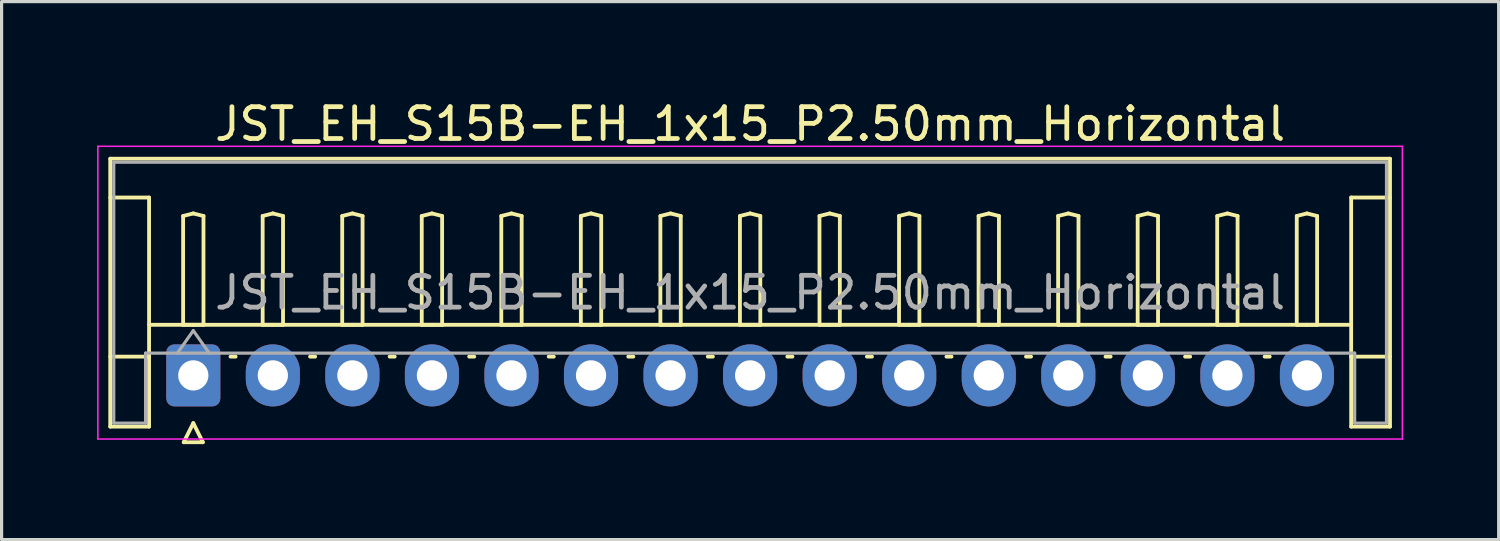
<source format=kicad_pcb>
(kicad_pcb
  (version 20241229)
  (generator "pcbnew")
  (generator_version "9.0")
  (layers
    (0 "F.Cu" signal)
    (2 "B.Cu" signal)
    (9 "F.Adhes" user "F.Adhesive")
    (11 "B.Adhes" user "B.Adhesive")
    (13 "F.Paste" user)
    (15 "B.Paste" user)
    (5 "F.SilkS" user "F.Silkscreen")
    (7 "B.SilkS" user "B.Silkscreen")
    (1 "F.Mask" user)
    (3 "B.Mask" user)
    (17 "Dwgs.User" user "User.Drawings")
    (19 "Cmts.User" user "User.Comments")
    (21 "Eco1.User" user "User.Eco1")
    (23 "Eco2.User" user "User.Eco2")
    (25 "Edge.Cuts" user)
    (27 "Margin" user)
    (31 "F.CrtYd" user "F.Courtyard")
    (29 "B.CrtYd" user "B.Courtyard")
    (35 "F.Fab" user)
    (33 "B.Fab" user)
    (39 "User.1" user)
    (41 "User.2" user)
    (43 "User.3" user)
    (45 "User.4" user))
  (footprint "JST_EH_S15B-EH_1x15_P2.50mm_Horizontal"
    (layer "F.Cu")
    (at 3.025 8.748)
    (property "Reference" "JST_EH_S15B-EH_1x15_P2.50mm_Horizontal" (at 17.5 -7.9 0) (layer "F.SilkS") (effects (font (size 1 1) (thickness 0.15))))
    (attr through_hole)
    (fp_line (start -2.61 -6.81) (end 37.61 -6.81) (stroke (width 0.12) (type solid)) (layer "F.SilkS"))
    (fp_line (start -2.61 -5.59) (end -1.39 -5.59) (stroke (width 0.12) (type solid)) (layer "F.SilkS"))
    (fp_line (start -2.61 1.61) (end -2.61 -6.81) (stroke (width 0.12) (type solid)) (layer "F.SilkS"))
    (fp_line (start -1.39 -5.59) (end -1.39 -0.59) (stroke (width 0.12) (type solid)) (layer "F.SilkS"))
    (fp_line (start -1.39 -1.59) (end 36.39 -1.59) (stroke (width 0.12) (type solid)) (layer "F.SilkS"))
    (fp_line (start -1.39 -0.59) (end -2.61 -0.59) (stroke (width 0.12) (type solid)) (layer "F.SilkS"))
    (fp_line (start -1.39 -0.59) (end -1.39 1.61) (stroke (width 0.12) (type solid)) (layer "F.SilkS"))
    (fp_line (start -1.39 1.61) (end -2.61 1.61) (stroke (width 0.12) (type solid)) (layer "F.SilkS"))
    (fp_line (start -0.32 -5.01) (end 0 -5.09) (stroke (width 0.12) (type solid)) (layer "F.SilkS"))
    (fp_line (start -0.32 -1.59) (end -0.32 -5.01) (stroke (width 0.12) (type solid)) (layer "F.SilkS"))
    (fp_line (start -0.3 2.1) (end 0.3 2.1) (stroke (width 0.12) (type solid)) (layer "F.SilkS"))
    (fp_line (start 0 -5.09) (end 0.32 -5.01) (stroke (width 0.12) (type solid)) (layer "F.SilkS"))
    (fp_line (start 0 -1.59) (end -0.32 -1.59) (stroke (width 0.12) (type solid)) (layer "F.SilkS"))
    (fp_line (start 0 1.5) (end -0.3 2.1) (stroke (width 0.12) (type solid)) (layer "F.SilkS"))
    (fp_line (start 0.3 2.1) (end 0 1.5) (stroke (width 0.12) (type solid)) (layer "F.SilkS"))
    (fp_line (start 0.32 -5.01) (end 0.32 -1.59) (stroke (width 0.12) (type solid)) (layer "F.SilkS"))
    (fp_line (start 0.32 -1.59) (end 0 -1.59) (stroke (width 0.12) (type solid)) (layer "F.SilkS"))
    (fp_line (start 1.17 -0.59) (end 1.33 -0.59) (stroke (width 0.12) (type solid)) (layer "F.SilkS"))
    (fp_line (start 2.18 -5.01) (end 2.5 -5.09) (stroke (width 0.12) (type solid)) (layer "F.SilkS"))
    (fp_line (start 2.18 -1.59) (end 2.18 -5.01) (stroke (width 0.12) (type solid)) (layer "F.SilkS"))
    (fp_line (start 2.5 -5.09) (end 2.82 -5.01) (stroke (width 0.12) (type solid)) (layer "F.SilkS"))
    (fp_line (start 2.5 -1.59) (end 2.18 -1.59) (stroke (width 0.12) (type solid)) (layer "F.SilkS"))
    (fp_line (start 2.82 -5.01) (end 2.82 -1.59) (stroke (width 0.12) (type solid)) (layer "F.SilkS"))
    (fp_line (start 2.82 -1.59) (end 2.5 -1.59) (stroke (width 0.12) (type solid)) (layer "F.SilkS"))
    (fp_line (start 3.67 -0.59) (end 3.83 -0.59) (stroke (width 0.12) (type solid)) (layer "F.SilkS"))
    (fp_line (start 4.68 -5.01) (end 5 -5.09) (stroke (width 0.12) (type solid)) (layer "F.SilkS"))
    (fp_line (start 4.68 -1.59) (end 4.68 -5.01) (stroke (width 0.12) (type solid)) (layer "F.SilkS"))
    (fp_line (start 5 -5.09) (end 5.32 -5.01) (stroke (width 0.12) (type solid)) (layer "F.SilkS"))
    (fp_line (start 5 -1.59) (end 4.68 -1.59) (stroke (width 0.12) (type solid)) (layer "F.SilkS"))
    (fp_line (start 5.32 -5.01) (end 5.32 -1.59) (stroke (width 0.12) (type solid)) (layer "F.SilkS"))
    (fp_line (start 5.32 -1.59) (end 5 -1.59) (stroke (width 0.12) (type solid)) (layer "F.SilkS"))
    (fp_line (start 6.17 -0.59) (end 6.33 -0.59) (stroke (width 0.12) (type solid)) (layer "F.SilkS"))
    (fp_line (start 7.18 -5.01) (end 7.5 -5.09) (stroke (width 0.12) (type solid)) (layer "F.SilkS"))
    (fp_line (start 7.18 -1.59) (end 7.18 -5.01) (stroke (width 0.12) (type solid)) (layer "F.SilkS"))
    (fp_line (start 7.5 -5.09) (end 7.82 -5.01) (stroke (width 0.12) (type solid)) (layer "F.SilkS"))
    (fp_line (start 7.5 -1.59) (end 7.18 -1.59) (stroke (width 0.12) (type solid)) (layer "F.SilkS"))
    (fp_line (start 7.82 -5.01) (end 7.82 -1.59) (stroke (width 0.12) (type solid)) (layer "F.SilkS"))
    (fp_line (start 7.82 -1.59) (end 7.5 -1.59) (stroke (width 0.12) (type solid)) (layer "F.SilkS"))
    (fp_line (start 8.67 -0.59) (end 8.83 -0.59) (stroke (width 0.12) (type solid)) (layer "F.SilkS"))
    (fp_line (start 9.68 -5.01) (end 10 -5.09) (stroke (width 0.12) (type solid)) (layer "F.SilkS"))
    (fp_line (start 9.68 -1.59) (end 9.68 -5.01) (stroke (width 0.12) (type solid)) (layer "F.SilkS"))
    (fp_line (start 10 -5.09) (end 10.32 -5.01) (stroke (width 0.12) (type solid)) (layer "F.SilkS"))
    (fp_line (start 10 -1.59) (end 9.68 -1.59) (stroke (width 0.12) (type solid)) (layer "F.SilkS"))
    (fp_line (start 10.32 -5.01) (end 10.32 -1.59) (stroke (width 0.12) (type solid)) (layer "F.SilkS"))
    (fp_line (start 10.32 -1.59) (end 10 -1.59) (stroke (width 0.12) (type solid)) (layer "F.SilkS"))
    (fp_line (start 11.17 -0.59) (end 11.33 -0.59) (stroke (width 0.12) (type solid)) (layer "F.SilkS"))
    (fp_line (start 12.18 -5.01) (end 12.5 -5.09) (stroke (width 0.12) (type solid)) (layer "F.SilkS"))
    (fp_line (start 12.18 -1.59) (end 12.18 -5.01) (stroke (width 0.12) (type solid)) (layer "F.SilkS"))
    (fp_line (start 12.5 -5.09) (end 12.82 -5.01) (stroke (width 0.12) (type solid)) (layer "F.SilkS"))
    (fp_line (start 12.5 -1.59) (end 12.18 -1.59) (stroke (width 0.12) (type solid)) (layer "F.SilkS"))
    (fp_line (start 12.82 -5.01) (end 12.82 -1.59) (stroke (width 0.12) (type solid)) (layer "F.SilkS"))
    (fp_line (start 12.82 -1.59) (end 12.5 -1.59) (stroke (width 0.12) (type solid)) (layer "F.SilkS"))
    (fp_line (start 13.67 -0.59) (end 13.83 -0.59) (stroke (width 0.12) (type solid)) (layer "F.SilkS"))
    (fp_line (start 14.68 -5.01) (end 15 -5.09) (stroke (width 0.12) (type solid)) (layer "F.SilkS"))
    (fp_line (start 14.68 -1.59) (end 14.68 -5.01) (stroke (width 0.12) (type solid)) (layer "F.SilkS"))
    (fp_line (start 15 -5.09) (end 15.32 -5.01) (stroke (width 0.12) (type solid)) (layer "F.SilkS"))
    (fp_line (start 15 -1.59) (end 14.68 -1.59) (stroke (width 0.12) (type solid)) (layer "F.SilkS"))
    (fp_line (start 15.32 -5.01) (end 15.32 -1.59) (stroke (width 0.12) (type solid)) (layer "F.SilkS"))
    (fp_line (start 15.32 -1.59) (end 15 -1.59) (stroke (width 0.12) (type solid)) (layer "F.SilkS"))
    (fp_line (start 16.17 -0.59) (end 16.33 -0.59) (stroke (width 0.12) (type solid)) (layer "F.SilkS"))
    (fp_line (start 17.18 -5.01) (end 17.5 -5.09) (stroke (width 0.12) (type solid)) (layer "F.SilkS"))
    (fp_line (start 17.18 -1.59) (end 17.18 -5.01) (stroke (width 0.12) (type solid)) (layer "F.SilkS"))
    (fp_line (start 17.5 -5.09) (end 17.82 -5.01) (stroke (width 0.12) (type solid)) (layer "F.SilkS"))
    (fp_line (start 17.5 -1.59) (end 17.18 -1.59) (stroke (width 0.12) (type solid)) (layer "F.SilkS"))
    (fp_line (start 17.82 -5.01) (end 17.82 -1.59) (stroke (width 0.12) (type solid)) (layer "F.SilkS"))
    (fp_line (start 17.82 -1.59) (end 17.5 -1.59) (stroke (width 0.12) (type solid)) (layer "F.SilkS"))
    (fp_line (start 18.67 -0.59) (end 18.83 -0.59) (stroke (width 0.12) (type solid)) (layer "F.SilkS"))
    (fp_line (start 19.68 -5.01) (end 20 -5.09) (stroke (width 0.12) (type solid)) (layer "F.SilkS"))
    (fp_line (start 19.68 -1.59) (end 19.68 -5.01) (stroke (width 0.12) (type solid)) (layer "F.SilkS"))
    (fp_line (start 20 -5.09) (end 20.32 -5.01) (stroke (width 0.12) (type solid)) (layer "F.SilkS"))
    (fp_line (start 20 -1.59) (end 19.68 -1.59) (stroke (width 0.12) (type solid)) (layer "F.SilkS"))
    (fp_line (start 20.32 -5.01) (end 20.32 -1.59) (stroke (width 0.12) (type solid)) (layer "F.SilkS"))
    (fp_line (start 20.32 -1.59) (end 20 -1.59) (stroke (width 0.12) (type solid)) (layer "F.SilkS"))
    (fp_line (start 21.17 -0.59) (end 21.33 -0.59) (stroke (width 0.12) (type solid)) (layer "F.SilkS"))
    (fp_line (start 22.18 -5.01) (end 22.5 -5.09) (stroke (width 0.12) (type solid)) (layer "F.SilkS"))
    (fp_line (start 22.18 -1.59) (end 22.18 -5.01) (stroke (width 0.12) (type solid)) (layer "F.SilkS"))
    (fp_line (start 22.5 -5.09) (end 22.82 -5.01) (stroke (width 0.12) (type solid)) (layer "F.SilkS"))
    (fp_line (start 22.5 -1.59) (end 22.18 -1.59) (stroke (width 0.12) (type solid)) (layer "F.SilkS"))
    (fp_line (start 22.82 -5.01) (end 22.82 -1.59) (stroke (width 0.12) (type solid)) (layer "F.SilkS"))
    (fp_line (start 22.82 -1.59) (end 22.5 -1.59) (stroke (width 0.12) (type solid)) (layer "F.SilkS"))
    (fp_line (start 23.67 -0.59) (end 23.83 -0.59) (stroke (width 0.12) (type solid)) (layer "F.SilkS"))
    (fp_line (start 24.68 -5.01) (end 25 -5.09) (stroke (width 0.12) (type solid)) (layer "F.SilkS"))
    (fp_line (start 24.68 -1.59) (end 24.68 -5.01) (stroke (width 0.12) (type solid)) (layer "F.SilkS"))
    (fp_line (start 25 -5.09) (end 25.32 -5.01) (stroke (width 0.12) (type solid)) (layer "F.SilkS"))
    (fp_line (start 25 -1.59) (end 24.68 -1.59) (stroke (width 0.12) (type solid)) (layer "F.SilkS"))
    (fp_line (start 25.32 -5.01) (end 25.32 -1.59) (stroke (width 0.12) (type solid)) (layer "F.SilkS"))
    (fp_line (start 25.32 -1.59) (end 25 -1.59) (stroke (width 0.12) (type solid)) (layer "F.SilkS"))
    (fp_line (start 26.17 -0.59) (end 26.33 -0.59) (stroke (width 0.12) (type solid)) (layer "F.SilkS"))
    (fp_line (start 27.18 -5.01) (end 27.5 -5.09) (stroke (width 0.12) (type solid)) (layer "F.SilkS"))
    (fp_line (start 27.18 -1.59) (end 27.18 -5.01) (stroke (width 0.12) (type solid)) (layer "F.SilkS"))
    (fp_line (start 27.5 -5.09) (end 27.82 -5.01) (stroke (width 0.12) (type solid)) (layer "F.SilkS"))
    (fp_line (start 27.5 -1.59) (end 27.18 -1.59) (stroke (width 0.12) (type solid)) (layer "F.SilkS"))
    (fp_line (start 27.82 -5.01) (end 27.82 -1.59) (stroke (width 0.12) (type solid)) (layer "F.SilkS"))
    (fp_line (start 27.82 -1.59) (end 27.5 -1.59) (stroke (width 0.12) (type solid)) (layer "F.SilkS"))
    (fp_line (start 28.67 -0.59) (end 28.83 -0.59) (stroke (width 0.12) (type solid)) (layer "F.SilkS"))
    (fp_line (start 29.68 -5.01) (end 30 -5.09) (stroke (width 0.12) (type solid)) (layer "F.SilkS"))
    (fp_line (start 29.68 -1.59) (end 29.68 -5.01) (stroke (width 0.12) (type solid)) (layer "F.SilkS"))
    (fp_line (start 30 -5.09) (end 30.32 -5.01) (stroke (width 0.12) (type solid)) (layer "F.SilkS"))
    (fp_line (start 30 -1.59) (end 29.68 -1.59) (stroke (width 0.12) (type solid)) (layer "F.SilkS"))
    (fp_line (start 30.32 -5.01) (end 30.32 -1.59) (stroke (width 0.12) (type solid)) (layer "F.SilkS"))
    (fp_line (start 30.32 -1.59) (end 30 -1.59) (stroke (width 0.12) (type solid)) (layer "F.SilkS"))
    (fp_line (start 31.17 -0.59) (end 31.33 -0.59) (stroke (width 0.12) (type solid)) (layer "F.SilkS"))
    (fp_line (start 32.18 -5.01) (end 32.5 -5.09) (stroke (width 0.12) (type solid)) (layer "F.SilkS"))
    (fp_line (start 32.18 -1.59) (end 32.18 -5.01) (stroke (width 0.12) (type solid)) (layer "F.SilkS"))
    (fp_line (start 32.5 -5.09) (end 32.82 -5.01) (stroke (width 0.12) (type solid)) (layer "F.SilkS"))
    (fp_line (start 32.5 -1.59) (end 32.18 -1.59) (stroke (width 0.12) (type solid)) (layer "F.SilkS"))
    (fp_line (start 32.82 -5.01) (end 32.82 -1.59) (stroke (width 0.12) (type solid)) (layer "F.SilkS"))
    (fp_line (start 32.82 -1.59) (end 32.5 -1.59) (stroke (width 0.12) (type solid)) (layer "F.SilkS"))
    (fp_line (start 33.67 -0.59) (end 33.83 -0.59) (stroke (width 0.12) (type solid)) (layer "F.SilkS"))
    (fp_line (start 34.68 -5.01) (end 35 -5.09) (stroke (width 0.12) (type solid)) (layer "F.SilkS"))
    (fp_line (start 34.68 -1.59) (end 34.68 -5.01) (stroke (width 0.12) (type solid)) (layer "F.SilkS"))
    (fp_line (start 35 -5.09) (end 35.32 -5.01) (stroke (width 0.12) (type solid)) (layer "F.SilkS"))
    (fp_line (start 35 -1.59) (end 34.68 -1.59) (stroke (width 0.12) (type solid)) (layer "F.SilkS"))
    (fp_line (start 35.32 -5.01) (end 35.32 -1.59) (stroke (width 0.12) (type solid)) (layer "F.SilkS"))
    (fp_line (start 35.32 -1.59) (end 35 -1.59) (stroke (width 0.12) (type solid)) (layer "F.SilkS"))
    (fp_line (start 36.39 -5.59) (end 36.39 -0.59) (stroke (width 0.12) (type solid)) (layer "F.SilkS"))
    (fp_line (start 36.39 -0.59) (end 37.61 -0.59) (stroke (width 0.12) (type solid)) (layer "F.SilkS"))
    (fp_line (start 36.39 1.61) (end 36.39 -0.59) (stroke (width 0.12) (type solid)) (layer "F.SilkS"))
    (fp_line (start 37.61 -6.81) (end 37.61 1.61) (stroke (width 0.12) (type solid)) (layer "F.SilkS"))
    (fp_line (start 37.61 -5.59) (end 36.39 -5.59) (stroke (width 0.12) (type solid)) (layer "F.SilkS"))
    (fp_line (start 37.61 1.61) (end 36.39 1.61) (stroke (width 0.12) (type solid)) (layer "F.SilkS"))
    (fp_line (start -3 -7.2) (end -3 2) (stroke (width 0.05) (type solid)) (layer "F.CrtYd"))
    (fp_line (start -3 2) (end 38 2) (stroke (width 0.05) (type solid)) (layer "F.CrtYd"))
    (fp_line (start 38 -7.2) (end -3 -7.2) (stroke (width 0.05) (type solid)) (layer "F.CrtYd"))
    (fp_line (start 38 2) (end 38 -7.2) (stroke (width 0.05) (type solid)) (layer "F.CrtYd"))
    (fp_line (start -2.5 -6.7) (end 37.5 -6.7) (stroke (width 0.1) (type solid)) (layer "F.Fab"))
    (fp_line (start -2.5 1.5) (end -2.5 -6.7) (stroke (width 0.1) (type solid)) (layer "F.Fab"))
    (fp_line (start -1.5 -0.7) (end -1.5 1.5) (stroke (width 0.1) (type solid)) (layer "F.Fab"))
    (fp_line (start -1.5 1.5) (end -2.5 1.5) (stroke (width 0.1) (type solid)) (layer "F.Fab"))
    (fp_line (start -0.5 -0.7) (end 0 -1.407) (stroke (width 0.1) (type solid)) (layer "F.Fab"))
    (fp_line (start 0 -1.407) (end 0.5 -0.7) (stroke (width 0.1) (type solid)) (layer "F.Fab"))
    (fp_line (start 36.5 -0.7) (end -1.5 -0.7) (stroke (width 0.1) (type solid)) (layer "F.Fab"))
    (fp_line (start 36.5 1.5) (end 36.5 -0.7) (stroke (width 0.1) (type solid)) (layer "F.Fab"))
    (fp_line (start 37.5 -6.7) (end 37.5 1.5) (stroke (width 0.1) (type solid)) (layer "F.Fab"))
    (fp_line (start 37.5 1.5) (end 36.5 1.5) (stroke (width 0.1) (type solid)) (layer "F.Fab"))
    (fp_text user "${REFERENCE}" (at 17.5 -2.6 0) (layer "F.Fab") (effects (font (size 1 1) (thickness 0.15))))
    (pad "1" thru_hole roundrect (at 0 0) (size 1.7 1.95) (drill 0.95) (layers "*.Cu" "*.Mask") (roundrect_rratio 0.147))
    (pad "2" thru_hole oval (at 2.5 0) (size 1.7 1.95) (drill 0.95) (layers "*.Cu" "*.Mask"))
    (pad "3" thru_hole oval (at 5 0) (size 1.7 1.95) (drill 0.95) (layers "*.Cu" "*.Mask"))
    (pad "4" thru_hole oval (at 7.5 0) (size 1.7 1.95) (drill 0.95) (layers "*.Cu" "*.Mask"))
    (pad "5" thru_hole oval (at 10 0) (size 1.7 1.95) (drill 0.95) (layers "*.Cu" "*.Mask"))
    (pad "6" thru_hole oval (at 12.5 0) (size 1.7 1.95) (drill 0.95) (layers "*.Cu" "*.Mask"))
    (pad "7" thru_hole oval (at 15 0) (size 1.7 1.95) (drill 0.95) (layers "*.Cu" "*.Mask"))
    (pad "8" thru_hole oval (at 17.5 0) (size 1.7 1.95) (drill 0.95) (layers "*.Cu" "*.Mask"))
    (pad "9" thru_hole oval (at 20 0) (size 1.7 1.95) (drill 0.95) (layers "*.Cu" "*.Mask"))
    (pad "10" thru_hole oval (at 22.5 0) (size 1.7 1.95) (drill 0.95) (layers "*.Cu" "*.Mask"))
    (pad "11" thru_hole oval (at 25 0) (size 1.7 1.95) (drill 0.95) (layers "*.Cu" "*.Mask"))
    (pad "12" thru_hole oval (at 27.5 0) (size 1.7 1.95) (drill 0.95) (layers "*.Cu" "*.Mask"))
    (pad "13" thru_hole oval (at 30 0) (size 1.7 1.95) (drill 0.95) (layers "*.Cu" "*.Mask"))
    (pad "14" thru_hole oval (at 32.5 0) (size 1.7 1.95) (drill 0.95) (layers "*.Cu" "*.Mask"))
    (pad "15" thru_hole oval (at 35 0) (size 1.7 1.95) (drill 0.95) (layers "*.Cu" "*.Mask")))
  (gr_rect
    (start -3 -3)
    (end 44.05 13.908)
    (stroke (width 0.1) (type default))
    (fill no)
    (layer "Edge.Cuts")))
</source>
